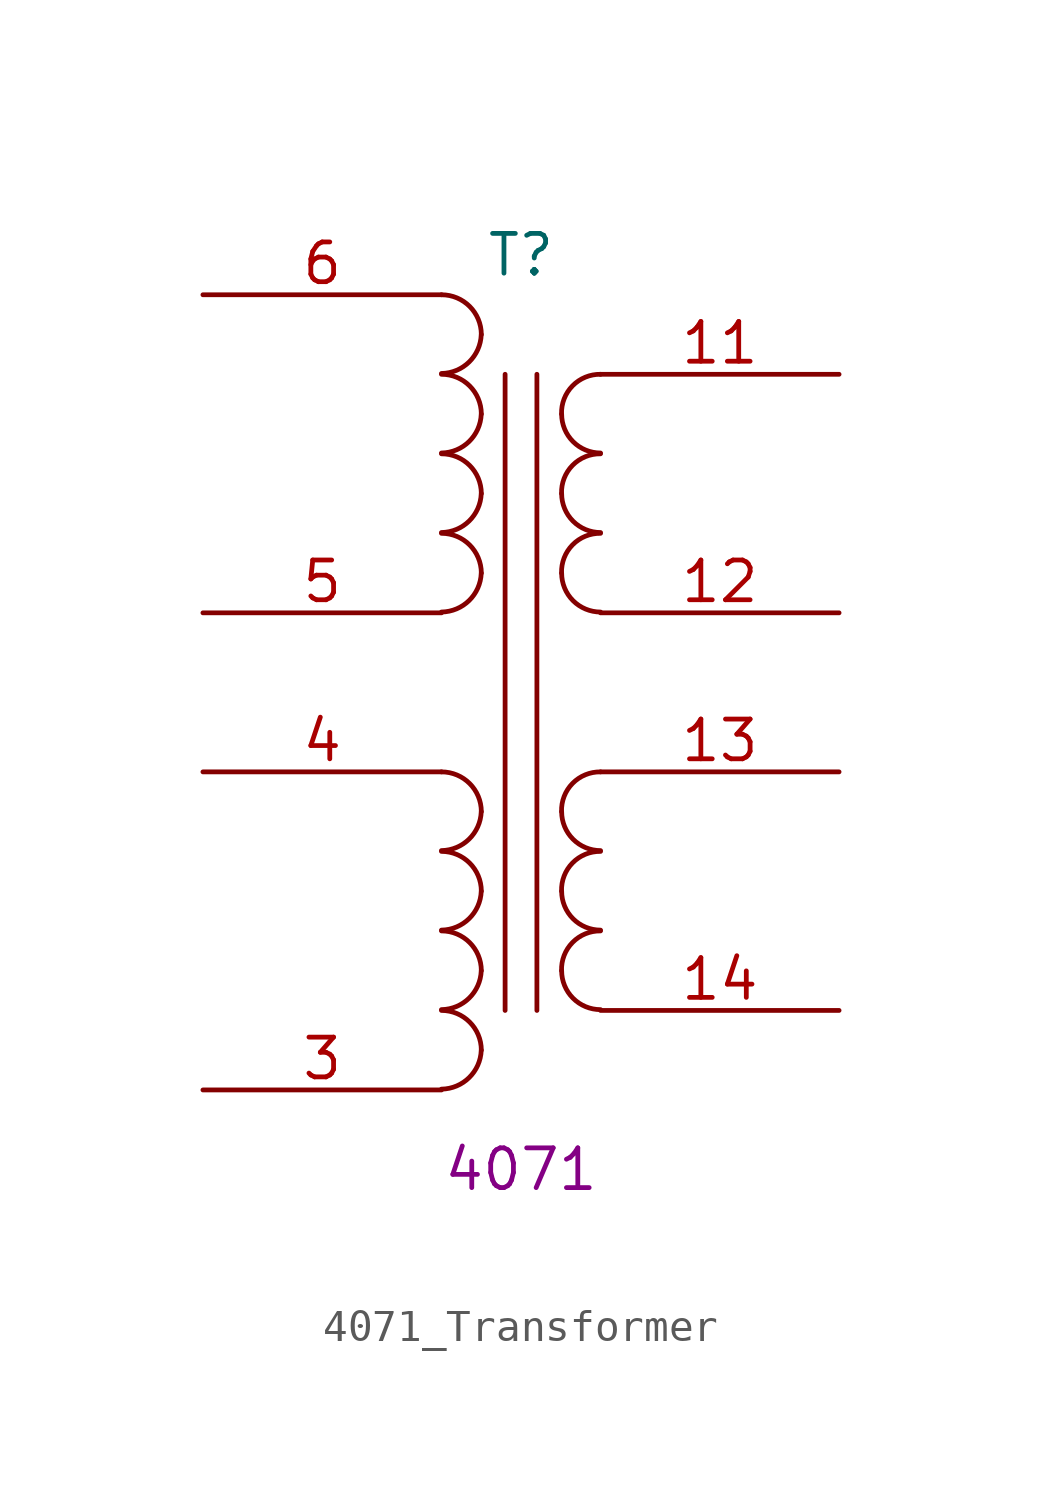
<source format=kicad_sym>
(kicad_symbol_lib
  (version 20220914)
  (generator kicad_symbol_editor)
  (symbol "4071_Transformer"
    (pin_names hide)
    (property "Reference" "T"
      (at 0 13.97 0)
      (effects (font (size 1.27 1.27))))
    (property "SPN" "4071"
      (at 0 -15.24 0)
      (effects (font (size 1.27 1.27))))
    (symbol "4071_Transformer_0_1"
      (arc (start -2.54 -12.6746) (mid -1.6561 -12.3063) (end -1.27 -11.43) (stroke (width 0) (type default)) (fill (type none)))
      (arc (start -2.54 -10.1346) (mid -1.6561 -9.7663) (end -1.27 -8.89) (stroke (width 0) (type default)) (fill (type none)))
      (arc (start -2.54 -7.5946) (mid -1.6561 -7.2263) (end -1.27 -6.35) (stroke (width 0) (type default)) (fill (type none)))
      (arc (start -2.54 -5.0546) (mid -1.6561 -4.6863) (end -1.27 -3.81) (stroke (width 0) (type default)) (fill (type none)))
      (arc (start -2.54 2.5654) (mid -1.6561 2.9337) (end -1.27 3.81) (stroke (width 0) (type default)) (fill (type none)))
      (arc (start -2.54 5.1054) (mid -1.6561 5.4737) (end -1.27 6.35) (stroke (width 0) (type default)) (fill (type none)))
      (arc (start -2.54 7.6454) (mid -1.6561 8.0137) (end -1.27 8.89) (stroke (width 0) (type default)) (fill (type none)))
      (arc (start -2.54 10.1854) (mid -1.6561 10.5537) (end -1.27 11.43) (stroke (width 0) (type default)) (fill (type none)))
      (arc (start -1.27 -11.43) (mid -1.642 -10.532) (end -2.54 -10.16) (stroke (width 0) (type default)) (fill (type none)))
      (arc (start -1.27 -8.89) (mid -1.642 -7.992) (end -2.54 -7.62) (stroke (width 0) (type default)) (fill (type none)))
      (arc (start -1.27 -6.35) (mid -1.642 -5.452) (end -2.54 -5.08) (stroke (width 0) (type default)) (fill (type none)))
      (arc (start -1.27 -3.81) (mid -1.642 -2.912) (end -2.54 -2.54) (stroke (width 0) (type default)) (fill (type none)))
      (arc (start -1.27 3.81) (mid -1.642 4.708) (end -2.54 5.08) (stroke (width 0) (type default)) (fill (type none)))
      (arc (start -1.27 6.35) (mid -1.642 7.248) (end -2.54 7.62) (stroke (width 0) (type default)) (fill (type none)))
      (arc (start -1.27 8.89) (mid -1.642 9.788) (end -2.54 10.16) (stroke (width 0) (type default)) (fill (type none)))
      (arc (start -1.27 11.43) (mid -1.642 12.328) (end -2.54 12.7) (stroke (width 0) (type default)) (fill (type none)))
      (polyline (pts (xy -0.508 -10.16) (xy -0.508 10.16)) (stroke (width 0) (type default)) (fill (type none)))
      (polyline (pts (xy 0.508 10.16) (xy 0.508 -10.16)) (stroke (width 0) (type default)) (fill (type none)))
      (arc (start 1.2954 -8.89) (mid 1.6599 -9.7701) (end 2.54 -10.1346) (stroke (width 0) (type default)) (fill (type none)))
      (arc (start 1.2954 -6.35) (mid 1.6599 -7.2301) (end 2.54 -7.5946) (stroke (width 0) (type default)) (fill (type none)))
      (arc (start 1.2954 -3.81) (mid 1.6599 -4.6901) (end 2.54 -5.0546) (stroke (width 0) (type default)) (fill (type none)))
      (arc (start 1.2954 3.81) (mid 1.6599 2.9299) (end 2.54 2.5654) (stroke (width 0) (type default)) (fill (type none)))
      (arc (start 1.2954 6.35) (mid 1.6599 5.4699) (end 2.54 5.1054) (stroke (width 0) (type default)) (fill (type none)))
      (arc (start 1.2954 8.89) (mid 1.6599 8.0099) (end 2.54 7.6454) (stroke (width 0) (type default)) (fill (type none)))
      (arc (start 2.54 -7.62) (mid 1.642 -7.992) (end 1.2954 -8.89) (stroke (width 0) (type default)) (fill (type none)))
      (arc (start 2.54 -5.08) (mid 1.642 -5.452) (end 1.2954 -6.35) (stroke (width 0) (type default)) (fill (type none)))
      (arc (start 2.54 -2.54) (mid 1.642 -2.912) (end 1.2954 -3.81) (stroke (width 0) (type default)) (fill (type none)))
      (arc (start 2.54 5.08) (mid 1.642 4.708) (end 1.2954 3.81) (stroke (width 0) (type default)) (fill (type none)))
      (arc (start 2.54 7.62) (mid 1.642 7.248) (end 1.2954 6.35) (stroke (width 0) (type default)) (fill (type none)))
      (arc (start 2.54 10.16) (mid 1.642 9.788) (end 1.2954 8.89) (stroke (width 0) (type default)) (fill (type none))))
    (symbol "4071_Transformer_1_1"
      (pin passive line (at 10.16 10.16 180) (length 7.62) (name "SA" (effects (font (size 1.27 1.27)))) (number "11" (effects (font (size 1.27 1.27)))))
      (pin passive line (at 10.16 2.54 180) (length 7.62) (name "SB" (effects (font (size 1.27 1.27)))) (number "12" (effects (font (size 1.27 1.27)))))
      (pin passive line (at 10.16 -2.54 180) (length 7.62) (name "SC" (effects (font (size 1.27 1.27)))) (number "13" (effects (font (size 1.27 1.27)))))
      (pin passive line (at 10.16 -10.16 180) (length 7.62) (name "SD" (effects (font (size 1.27 1.27)))) (number "14" (effects (font (size 1.27 1.27)))))
      (pin passive line (at -10.16 -12.7 0) (length 7.62) (name "AB" (effects (font (size 1.27 1.27)))) (number "3" (effects (font (size 1.27 1.27)))))
      (pin passive line (at -10.16 -2.54 0) (length 7.62) (name "AA" (effects (font (size 1.27 1.27)))) (number "4" (effects (font (size 1.27 1.27)))))
      (pin passive line (at -10.16 2.54 0) (length 7.62) (name "AB" (effects (font (size 1.27 1.27)))) (number "5" (effects (font (size 1.27 1.27)))))
      (pin passive line (at -10.16 12.7 0) (length 7.62) (name "AA" (effects (font (size 1.27 1.27)))) (number "6" (effects (font (size 1.27 1.27))))))))
</source>
